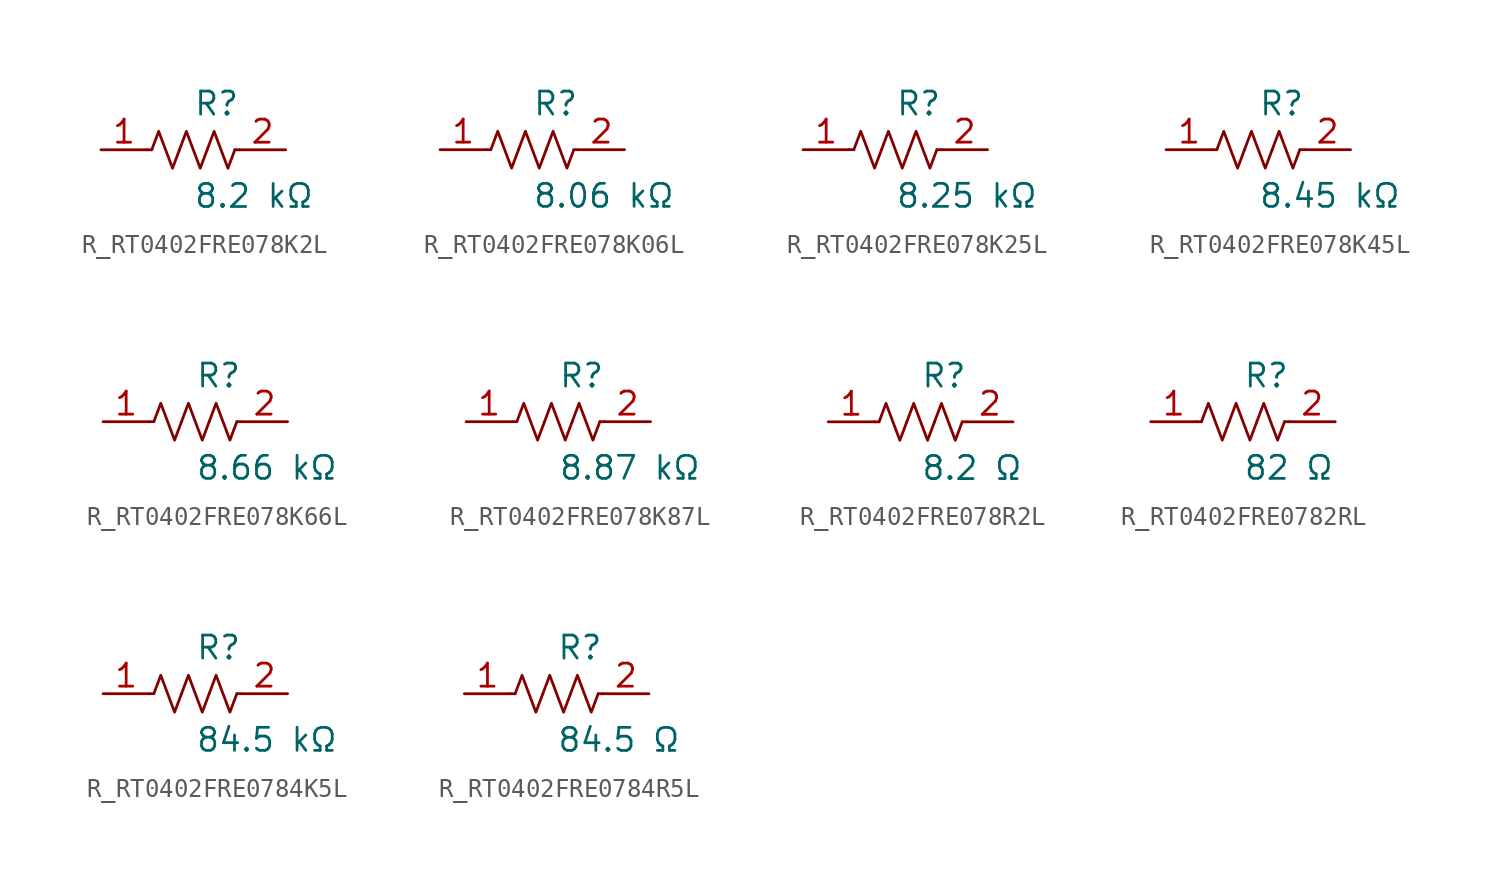
<source format=kicad_sym>
(kicad_symbol_lib
  (version 20231120)
  (generator kicad_symbol_editor)
  (generator_version 8.0)
  (symbol "R_RT0402FRE078K2L"
    (pin_names
      (offset 0.254))
    (property "Reference" "R"
      (at 0.0 2.54 0)
      (effects (font (size 1.27 1.27)) (justify left)))
    (property "Value" "8.2 kΩ"
      (at 0.0 -2.54 0)
      (effects (font (size 1.27 1.27)) (justify left)))
    (symbol "R_RT0402FRE078K2L_0_1"
      (polyline (pts (xy 2.286 0) (xy 2.54 0)) (stroke (width 0) (type default)) (fill (type none)))
      (polyline (pts (xy -2.286 0) (xy -2.54 0)) (stroke (width 0) (type default)) (fill (type none)))
      (polyline (pts (xy 0.762 0) (xy 1.143 1.016) (xy 1.524 0) (xy 1.905 -1.016) (xy 2.286 0)) (stroke (width 0) (type default)) (fill (type none)))
      (polyline (pts (xy -0.762 0) (xy -0.381 1.016) (xy 0 0) (xy 0.381 -1.016) (xy 0.762 0)) (stroke (width 0) (type default)) (fill (type none)))
      (polyline (pts (xy -2.286 0) (xy -1.905 1.016) (xy -1.524 0) (xy -1.143 -1.016) (xy -0.762 0)) (stroke (width 0) (type default)) (fill (type none))))
    (pin unspecified line
      (at -5.08 0 0)
      (length 2.54)
      (name "" (effects (font (size 1.27 1.27))))
      (number "1" (effects (font (size 1.27 1.27)))))
    (pin unspecified line
      (at 5.08 0 180)
      (length 2.54)
      (name "" (effects (font (size 1.27 1.27))))
      (number "2" (effects (font (size 1.27 1.27))))))
  (symbol "R_RT0402FRE078K06L"
    (pin_names
      (offset 0.254))
    (property "Reference" "R"
      (at 0.0 2.54 0)
      (effects (font (size 1.27 1.27)) (justify left)))
    (property "Value" "8.06 kΩ"
      (at 0.0 -2.54 0)
      (effects (font (size 1.27 1.27)) (justify left)))
    (symbol "R_RT0402FRE078K06L_0_1"
      (polyline (pts (xy 2.286 0) (xy 2.54 0)) (stroke (width 0) (type default)) (fill (type none)))
      (polyline (pts (xy -2.286 0) (xy -2.54 0)) (stroke (width 0) (type default)) (fill (type none)))
      (polyline (pts (xy 0.762 0) (xy 1.143 1.016) (xy 1.524 0) (xy 1.905 -1.016) (xy 2.286 0)) (stroke (width 0) (type default)) (fill (type none)))
      (polyline (pts (xy -0.762 0) (xy -0.381 1.016) (xy 0 0) (xy 0.381 -1.016) (xy 0.762 0)) (stroke (width 0) (type default)) (fill (type none)))
      (polyline (pts (xy -2.286 0) (xy -1.905 1.016) (xy -1.524 0) (xy -1.143 -1.016) (xy -0.762 0)) (stroke (width 0) (type default)) (fill (type none))))
    (pin unspecified line
      (at -5.08 0 0)
      (length 2.54)
      (name "" (effects (font (size 1.27 1.27))))
      (number "1" (effects (font (size 1.27 1.27)))))
    (pin unspecified line
      (at 5.08 0 180)
      (length 2.54)
      (name "" (effects (font (size 1.27 1.27))))
      (number "2" (effects (font (size 1.27 1.27))))))
  (symbol "R_RT0402FRE078K25L"
    (pin_names
      (offset 0.254))
    (property "Reference" "R"
      (at 0.0 2.54 0)
      (effects (font (size 1.27 1.27)) (justify left)))
    (property "Value" "8.25 kΩ"
      (at 0.0 -2.54 0)
      (effects (font (size 1.27 1.27)) (justify left)))
    (symbol "R_RT0402FRE078K25L_0_1"
      (polyline (pts (xy 2.286 0) (xy 2.54 0)) (stroke (width 0) (type default)) (fill (type none)))
      (polyline (pts (xy -2.286 0) (xy -2.54 0)) (stroke (width 0) (type default)) (fill (type none)))
      (polyline (pts (xy 0.762 0) (xy 1.143 1.016) (xy 1.524 0) (xy 1.905 -1.016) (xy 2.286 0)) (stroke (width 0) (type default)) (fill (type none)))
      (polyline (pts (xy -0.762 0) (xy -0.381 1.016) (xy 0 0) (xy 0.381 -1.016) (xy 0.762 0)) (stroke (width 0) (type default)) (fill (type none)))
      (polyline (pts (xy -2.286 0) (xy -1.905 1.016) (xy -1.524 0) (xy -1.143 -1.016) (xy -0.762 0)) (stroke (width 0) (type default)) (fill (type none))))
    (pin unspecified line
      (at -5.08 0 0)
      (length 2.54)
      (name "" (effects (font (size 1.27 1.27))))
      (number "1" (effects (font (size 1.27 1.27)))))
    (pin unspecified line
      (at 5.08 0 180)
      (length 2.54)
      (name "" (effects (font (size 1.27 1.27))))
      (number "2" (effects (font (size 1.27 1.27))))))
  (symbol "R_RT0402FRE078K45L"
    (pin_names
      (offset 0.254))
    (property "Reference" "R"
      (at 0.0 2.54 0)
      (effects (font (size 1.27 1.27)) (justify left)))
    (property "Value" "8.45 kΩ"
      (at 0.0 -2.54 0)
      (effects (font (size 1.27 1.27)) (justify left)))
    (symbol "R_RT0402FRE078K45L_0_1"
      (polyline (pts (xy 2.286 0) (xy 2.54 0)) (stroke (width 0) (type default)) (fill (type none)))
      (polyline (pts (xy -2.286 0) (xy -2.54 0)) (stroke (width 0) (type default)) (fill (type none)))
      (polyline (pts (xy 0.762 0) (xy 1.143 1.016) (xy 1.524 0) (xy 1.905 -1.016) (xy 2.286 0)) (stroke (width 0) (type default)) (fill (type none)))
      (polyline (pts (xy -0.762 0) (xy -0.381 1.016) (xy 0 0) (xy 0.381 -1.016) (xy 0.762 0)) (stroke (width 0) (type default)) (fill (type none)))
      (polyline (pts (xy -2.286 0) (xy -1.905 1.016) (xy -1.524 0) (xy -1.143 -1.016) (xy -0.762 0)) (stroke (width 0) (type default)) (fill (type none))))
    (pin unspecified line
      (at -5.08 0 0)
      (length 2.54)
      (name "" (effects (font (size 1.27 1.27))))
      (number "1" (effects (font (size 1.27 1.27)))))
    (pin unspecified line
      (at 5.08 0 180)
      (length 2.54)
      (name "" (effects (font (size 1.27 1.27))))
      (number "2" (effects (font (size 1.27 1.27))))))
  (symbol "R_RT0402FRE078K66L"
    (pin_names
      (offset 0.254))
    (property "Reference" "R"
      (at 0.0 2.54 0)
      (effects (font (size 1.27 1.27)) (justify left)))
    (property "Value" "8.66 kΩ"
      (at 0.0 -2.54 0)
      (effects (font (size 1.27 1.27)) (justify left)))
    (symbol "R_RT0402FRE078K66L_0_1"
      (polyline (pts (xy 2.286 0) (xy 2.54 0)) (stroke (width 0) (type default)) (fill (type none)))
      (polyline (pts (xy -2.286 0) (xy -2.54 0)) (stroke (width 0) (type default)) (fill (type none)))
      (polyline (pts (xy 0.762 0) (xy 1.143 1.016) (xy 1.524 0) (xy 1.905 -1.016) (xy 2.286 0)) (stroke (width 0) (type default)) (fill (type none)))
      (polyline (pts (xy -0.762 0) (xy -0.381 1.016) (xy 0 0) (xy 0.381 -1.016) (xy 0.762 0)) (stroke (width 0) (type default)) (fill (type none)))
      (polyline (pts (xy -2.286 0) (xy -1.905 1.016) (xy -1.524 0) (xy -1.143 -1.016) (xy -0.762 0)) (stroke (width 0) (type default)) (fill (type none))))
    (pin unspecified line
      (at -5.08 0 0)
      (length 2.54)
      (name "" (effects (font (size 1.27 1.27))))
      (number "1" (effects (font (size 1.27 1.27)))))
    (pin unspecified line
      (at 5.08 0 180)
      (length 2.54)
      (name "" (effects (font (size 1.27 1.27))))
      (number "2" (effects (font (size 1.27 1.27))))))
  (symbol "R_RT0402FRE078K87L"
    (pin_names
      (offset 0.254))
    (property "Reference" "R"
      (at 0.0 2.54 0)
      (effects (font (size 1.27 1.27)) (justify left)))
    (property "Value" "8.87 kΩ"
      (at 0.0 -2.54 0)
      (effects (font (size 1.27 1.27)) (justify left)))
    (symbol "R_RT0402FRE078K87L_0_1"
      (polyline (pts (xy 2.286 0) (xy 2.54 0)) (stroke (width 0) (type default)) (fill (type none)))
      (polyline (pts (xy -2.286 0) (xy -2.54 0)) (stroke (width 0) (type default)) (fill (type none)))
      (polyline (pts (xy 0.762 0) (xy 1.143 1.016) (xy 1.524 0) (xy 1.905 -1.016) (xy 2.286 0)) (stroke (width 0) (type default)) (fill (type none)))
      (polyline (pts (xy -0.762 0) (xy -0.381 1.016) (xy 0 0) (xy 0.381 -1.016) (xy 0.762 0)) (stroke (width 0) (type default)) (fill (type none)))
      (polyline (pts (xy -2.286 0) (xy -1.905 1.016) (xy -1.524 0) (xy -1.143 -1.016) (xy -0.762 0)) (stroke (width 0) (type default)) (fill (type none))))
    (pin unspecified line
      (at -5.08 0 0)
      (length 2.54)
      (name "" (effects (font (size 1.27 1.27))))
      (number "1" (effects (font (size 1.27 1.27)))))
    (pin unspecified line
      (at 5.08 0 180)
      (length 2.54)
      (name "" (effects (font (size 1.27 1.27))))
      (number "2" (effects (font (size 1.27 1.27))))))
  (symbol "R_RT0402FRE078R2L"
    (pin_names
      (offset 0.254))
    (property "Reference" "R"
      (at 0.0 2.54 0)
      (effects (font (size 1.27 1.27)) (justify left)))
    (property "Value" "8.2 Ω"
      (at 0.0 -2.54 0)
      (effects (font (size 1.27 1.27)) (justify left)))
    (symbol "R_RT0402FRE078R2L_0_1"
      (polyline (pts (xy 2.286 0) (xy 2.54 0)) (stroke (width 0) (type default)) (fill (type none)))
      (polyline (pts (xy -2.286 0) (xy -2.54 0)) (stroke (width 0) (type default)) (fill (type none)))
      (polyline (pts (xy 0.762 0) (xy 1.143 1.016) (xy 1.524 0) (xy 1.905 -1.016) (xy 2.286 0)) (stroke (width 0) (type default)) (fill (type none)))
      (polyline (pts (xy -0.762 0) (xy -0.381 1.016) (xy 0 0) (xy 0.381 -1.016) (xy 0.762 0)) (stroke (width 0) (type default)) (fill (type none)))
      (polyline (pts (xy -2.286 0) (xy -1.905 1.016) (xy -1.524 0) (xy -1.143 -1.016) (xy -0.762 0)) (stroke (width 0) (type default)) (fill (type none))))
    (pin unspecified line
      (at -5.08 0 0)
      (length 2.54)
      (name "" (effects (font (size 1.27 1.27))))
      (number "1" (effects (font (size 1.27 1.27)))))
    (pin unspecified line
      (at 5.08 0 180)
      (length 2.54)
      (name "" (effects (font (size 1.27 1.27))))
      (number "2" (effects (font (size 1.27 1.27))))))
  (symbol "R_RT0402FRE0782RL"
    (pin_names
      (offset 0.254))
    (property "Reference" "R"
      (at 0.0 2.54 0)
      (effects (font (size 1.27 1.27)) (justify left)))
    (property "Value" "82 Ω"
      (at 0.0 -2.54 0)
      (effects (font (size 1.27 1.27)) (justify left)))
    (symbol "R_RT0402FRE0782RL_0_1"
      (polyline (pts (xy 2.286 0) (xy 2.54 0)) (stroke (width 0) (type default)) (fill (type none)))
      (polyline (pts (xy -2.286 0) (xy -2.54 0)) (stroke (width 0) (type default)) (fill (type none)))
      (polyline (pts (xy 0.762 0) (xy 1.143 1.016) (xy 1.524 0) (xy 1.905 -1.016) (xy 2.286 0)) (stroke (width 0) (type default)) (fill (type none)))
      (polyline (pts (xy -0.762 0) (xy -0.381 1.016) (xy 0 0) (xy 0.381 -1.016) (xy 0.762 0)) (stroke (width 0) (type default)) (fill (type none)))
      (polyline (pts (xy -2.286 0) (xy -1.905 1.016) (xy -1.524 0) (xy -1.143 -1.016) (xy -0.762 0)) (stroke (width 0) (type default)) (fill (type none))))
    (pin unspecified line
      (at -5.08 0 0)
      (length 2.54)
      (name "" (effects (font (size 1.27 1.27))))
      (number "1" (effects (font (size 1.27 1.27)))))
    (pin unspecified line
      (at 5.08 0 180)
      (length 2.54)
      (name "" (effects (font (size 1.27 1.27))))
      (number "2" (effects (font (size 1.27 1.27))))))
  (symbol "R_RT0402FRE0784K5L"
    (pin_names
      (offset 0.254))
    (property "Reference" "R"
      (at 0.0 2.54 0)
      (effects (font (size 1.27 1.27)) (justify left)))
    (property "Value" "84.5 kΩ"
      (at 0.0 -2.54 0)
      (effects (font (size 1.27 1.27)) (justify left)))
    (symbol "R_RT0402FRE0784K5L_0_1"
      (polyline (pts (xy 2.286 0) (xy 2.54 0)) (stroke (width 0) (type default)) (fill (type none)))
      (polyline (pts (xy -2.286 0) (xy -2.54 0)) (stroke (width 0) (type default)) (fill (type none)))
      (polyline (pts (xy 0.762 0) (xy 1.143 1.016) (xy 1.524 0) (xy 1.905 -1.016) (xy 2.286 0)) (stroke (width 0) (type default)) (fill (type none)))
      (polyline (pts (xy -0.762 0) (xy -0.381 1.016) (xy 0 0) (xy 0.381 -1.016) (xy 0.762 0)) (stroke (width 0) (type default)) (fill (type none)))
      (polyline (pts (xy -2.286 0) (xy -1.905 1.016) (xy -1.524 0) (xy -1.143 -1.016) (xy -0.762 0)) (stroke (width 0) (type default)) (fill (type none))))
    (pin unspecified line
      (at -5.08 0 0)
      (length 2.54)
      (name "" (effects (font (size 1.27 1.27))))
      (number "1" (effects (font (size 1.27 1.27)))))
    (pin unspecified line
      (at 5.08 0 180)
      (length 2.54)
      (name "" (effects (font (size 1.27 1.27))))
      (number "2" (effects (font (size 1.27 1.27))))))
  (symbol "R_RT0402FRE0784R5L"
    (pin_names
      (offset 0.254))
    (property "Reference" "R"
      (at 0.0 2.54 0)
      (effects (font (size 1.27 1.27)) (justify left)))
    (property "Value" "84.5 Ω"
      (at 0.0 -2.54 0)
      (effects (font (size 1.27 1.27)) (justify left)))
    (symbol "R_RT0402FRE0784R5L_0_1"
      (polyline (pts (xy 2.286 0) (xy 2.54 0)) (stroke (width 0) (type default)) (fill (type none)))
      (polyline (pts (xy -2.286 0) (xy -2.54 0)) (stroke (width 0) (type default)) (fill (type none)))
      (polyline (pts (xy 0.762 0) (xy 1.143 1.016) (xy 1.524 0) (xy 1.905 -1.016) (xy 2.286 0)) (stroke (width 0) (type default)) (fill (type none)))
      (polyline (pts (xy -0.762 0) (xy -0.381 1.016) (xy 0 0) (xy 0.381 -1.016) (xy 0.762 0)) (stroke (width 0) (type default)) (fill (type none)))
      (polyline (pts (xy -2.286 0) (xy -1.905 1.016) (xy -1.524 0) (xy -1.143 -1.016) (xy -0.762 0)) (stroke (width 0) (type default)) (fill (type none))))
    (pin unspecified line
      (at -5.08 0 0)
      (length 2.54)
      (name "" (effects (font (size 1.27 1.27))))
      (number "1" (effects (font (size 1.27 1.27)))))
    (pin unspecified line
      (at 5.08 0 180)
      (length 2.54)
      (name "" (effects (font (size 1.27 1.27))))
      (number "2" (effects (font (size 1.27 1.27)))))))
</source>
